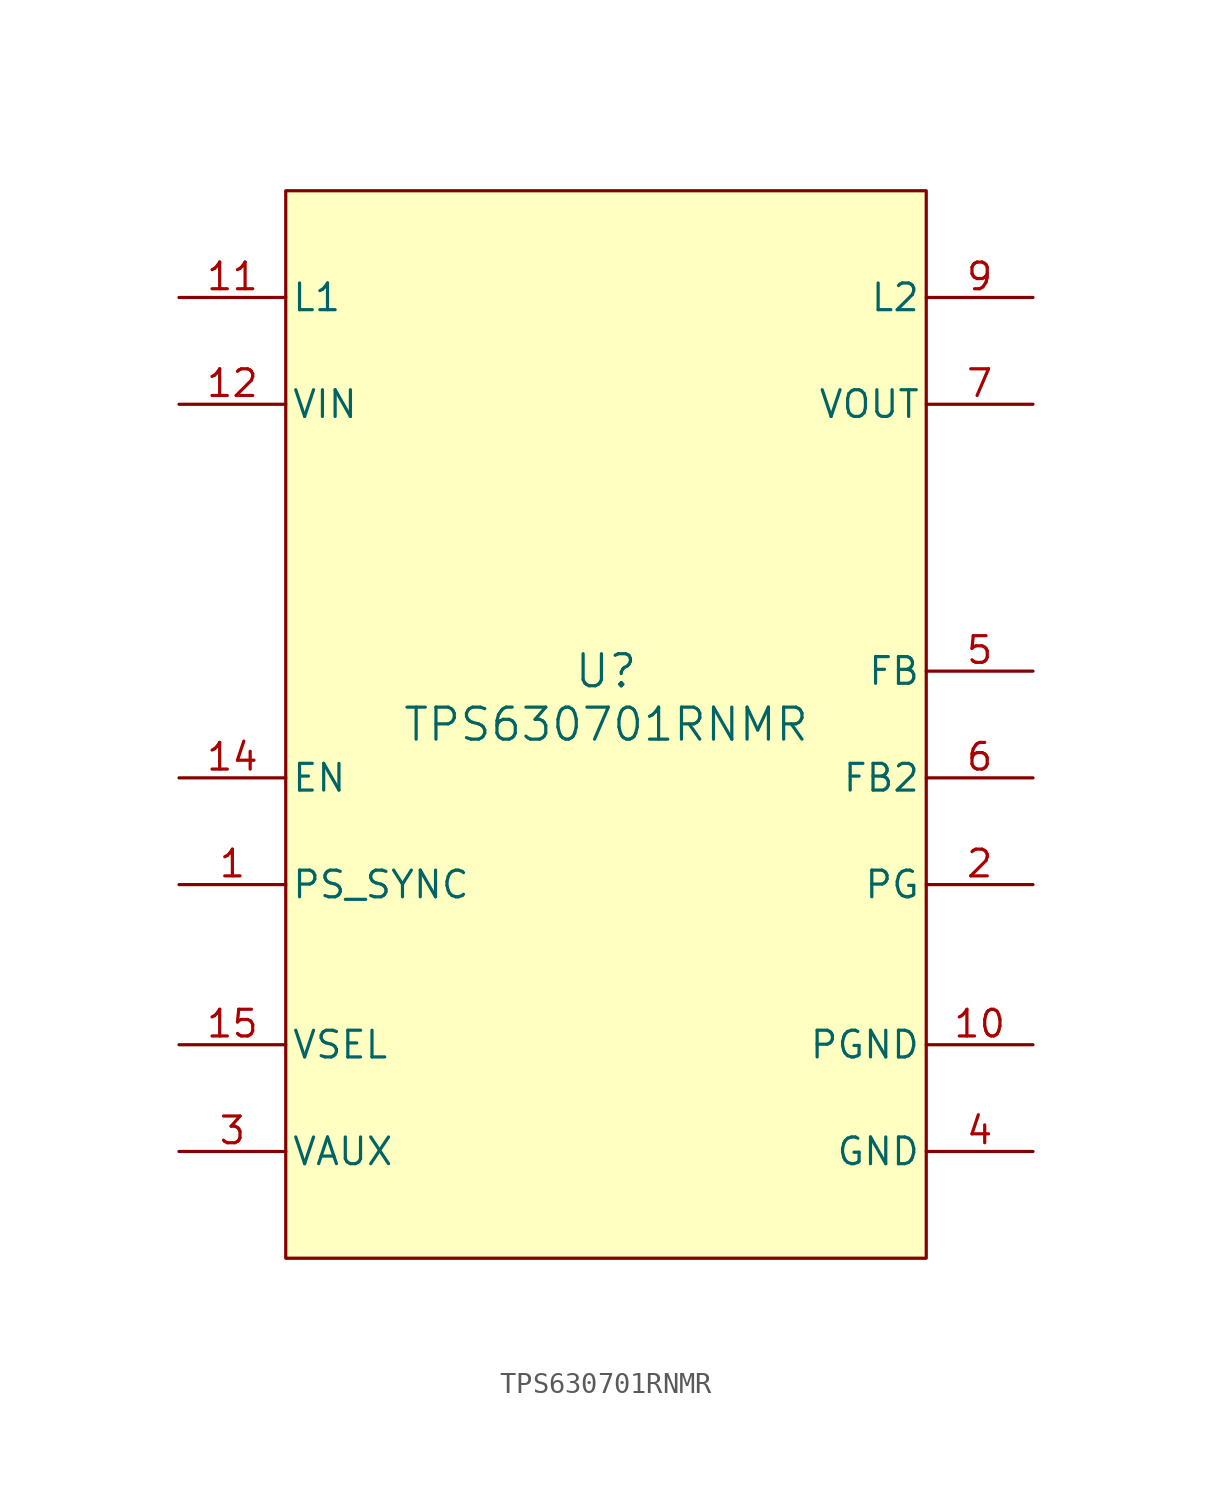
<source format=kicad_sym>
(kicad_symbol_lib
  (version 20220914)
  (generator kicad_symbol_editor)
  (symbol "TPS630701RNMR"
    (pin_names
      (offset 0.254))
    (property "Reference" "U"
      (at 0 2.54 0)
      (effects (font (size 1.524 1.524))))
    (property "Value" "TPS630701RNMR"
      (at 0 0 0)
      (effects (font (size 1.524 1.524))))
    (property "ki_locked" ""
      (at 0 0 0)
      (effects (font (size 1.27 1.27))))
    (symbol "TPS630701RNMR_0_1"
      (pin input line (at -20.32 -7.62 0) (length 5.08) (name "PS_SYNC" (effects (font (size 1.27 1.27)))) (number "1" (effects (font (size 1.27 1.27)))))
      (pin power_in line (at 20.32 -15.24 180) (length 5.08) (name "PGND" (effects (font (size 1.27 1.27)))) (number "10" (effects (font (size 1.27 1.27)))))
      (pin unspecified line (at -20.32 20.32 0) (length 5.08) (name "L1" (effects (font (size 1.27 1.27)))) (number "11" (effects (font (size 1.27 1.27)))))
      (pin input line (at -20.32 -2.54 0) (length 5.08) (name "EN" (effects (font (size 1.27 1.27)))) (number "14" (effects (font (size 1.27 1.27)))))
      (pin input line (at -20.32 -15.24 0) (length 5.08) (name "VSEL" (effects (font (size 1.27 1.27)))) (number "15" (effects (font (size 1.27 1.27)))))
      (pin open_collector line (at 20.32 -7.62 180) (length 5.08) (name "PG" (effects (font (size 1.27 1.27)))) (number "2" (effects (font (size 1.27 1.27)))))
      (pin unspecified line (at -20.32 -20.32 0) (length 5.08) (name "VAUX" (effects (font (size 1.27 1.27)))) (number "3" (effects (font (size 1.27 1.27)))))
      (pin power_in line (at 20.32 -20.32 180) (length 5.08) (name "GND" (effects (font (size 1.27 1.27)))) (number "4" (effects (font (size 1.27 1.27)))))
      (pin output line (at 20.32 2.54 180) (length 5.08) (name "FB" (effects (font (size 1.27 1.27)))) (number "5" (effects (font (size 1.27 1.27)))))
      (pin input line (at 20.32 -2.54 180) (length 5.08) (name "FB2" (effects (font (size 1.27 1.27)))) (number "6" (effects (font (size 1.27 1.27)))))
      (pin power_in line (at 20.32 15.24 180) (length 5.08) (name "VOUT" (effects (font (size 1.27 1.27)))) (number "7" (effects (font (size 1.27 1.27)))))
      (pin unspecified line (at 20.32 20.32 180) (length 5.08) (name "L2" (effects (font (size 1.27 1.27)))) (number "9" (effects (font (size 1.27 1.27))))))
    (symbol "TPS630701RNMR_1_1"
      (rectangle (start -15.24 25.4) (end 15.24 -25.4) (stroke (width 0) (type default)) (fill (type background)))
      (pin power_in line (at -20.32 15.24 0) (length 5.08) (name "VIN" (effects (font (size 1.27 1.27)))) (number "12" (effects (font (size 1.27 1.27)))))
      (pin power_in line (at -20.32 15.24 0) (length 5.08) hide (name "VIN" (effects (font (size 1.27 1.27)))) (number "13" (effects (font (size 1.27 1.27)))))
      (pin power_in line (at 20.32 15.24 180) (length 5.08) hide (name "VOUT" (effects (font (size 1.27 1.27)))) (number "8" (effects (font (size 1.27 1.27))))))))
</source>
